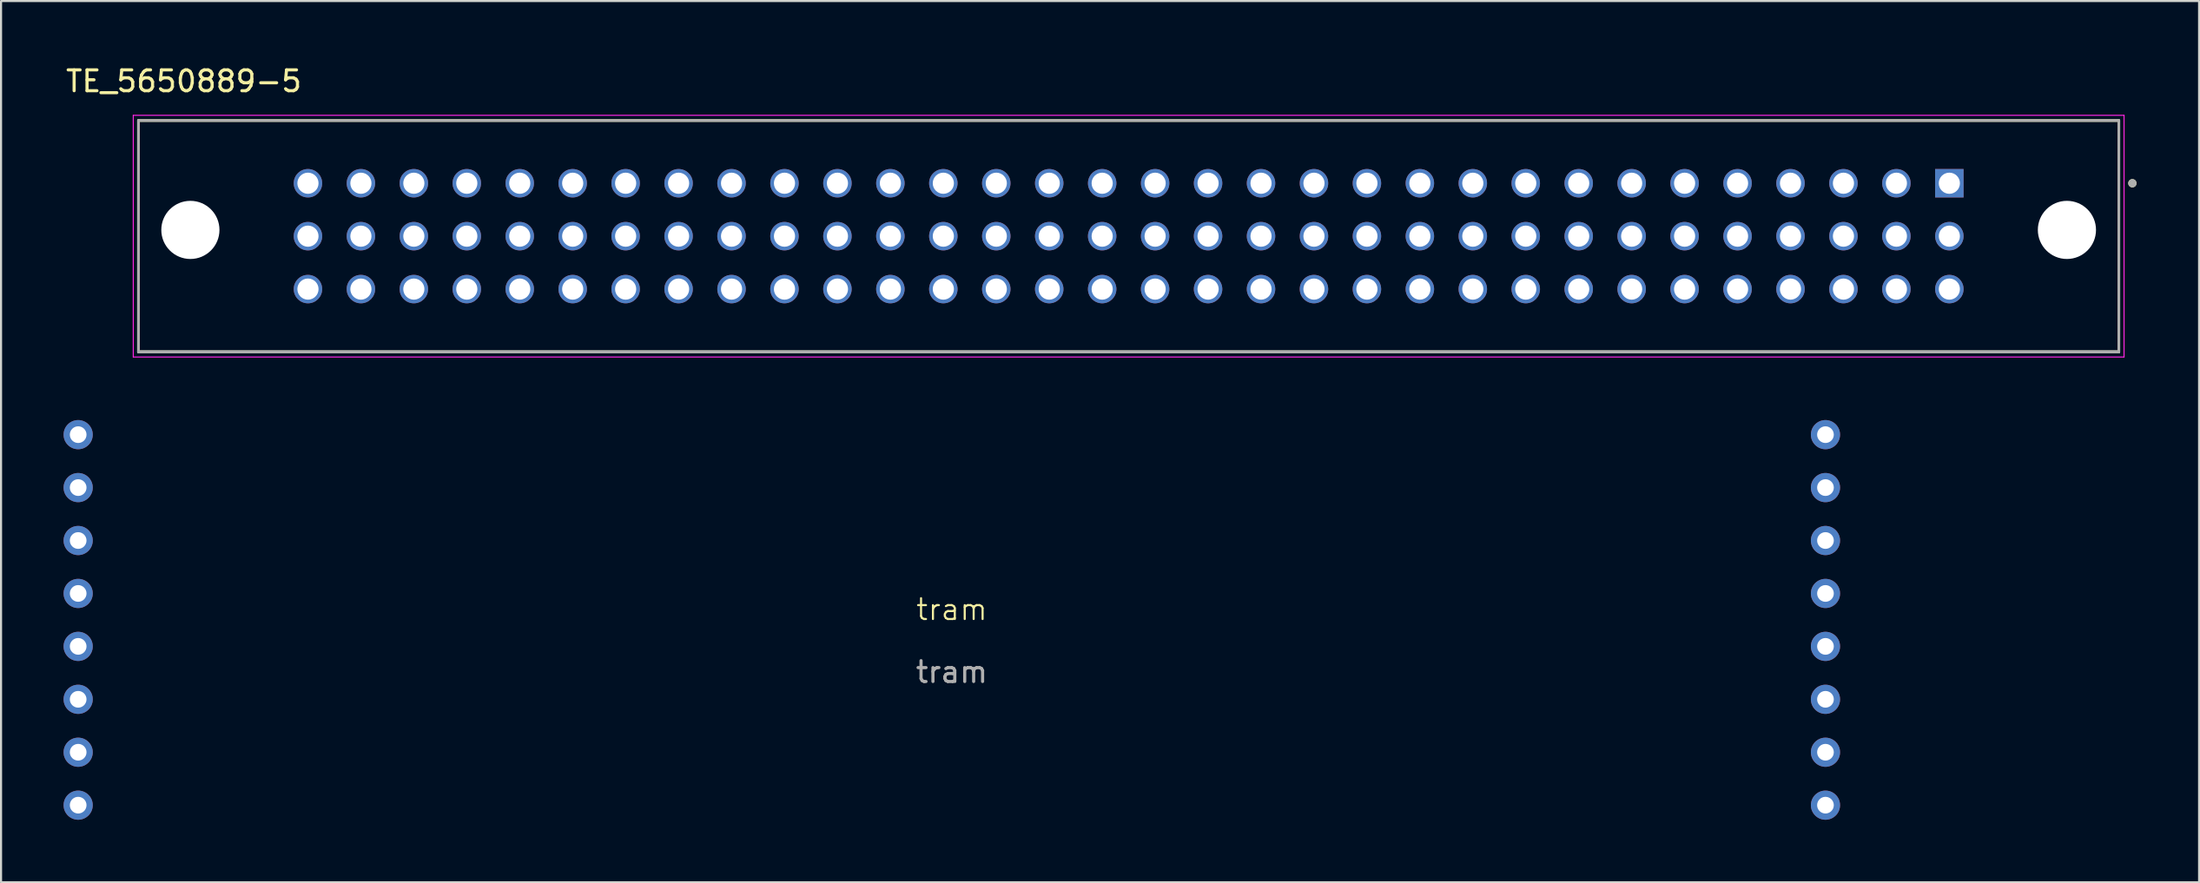
<source format=kicad_pcb>
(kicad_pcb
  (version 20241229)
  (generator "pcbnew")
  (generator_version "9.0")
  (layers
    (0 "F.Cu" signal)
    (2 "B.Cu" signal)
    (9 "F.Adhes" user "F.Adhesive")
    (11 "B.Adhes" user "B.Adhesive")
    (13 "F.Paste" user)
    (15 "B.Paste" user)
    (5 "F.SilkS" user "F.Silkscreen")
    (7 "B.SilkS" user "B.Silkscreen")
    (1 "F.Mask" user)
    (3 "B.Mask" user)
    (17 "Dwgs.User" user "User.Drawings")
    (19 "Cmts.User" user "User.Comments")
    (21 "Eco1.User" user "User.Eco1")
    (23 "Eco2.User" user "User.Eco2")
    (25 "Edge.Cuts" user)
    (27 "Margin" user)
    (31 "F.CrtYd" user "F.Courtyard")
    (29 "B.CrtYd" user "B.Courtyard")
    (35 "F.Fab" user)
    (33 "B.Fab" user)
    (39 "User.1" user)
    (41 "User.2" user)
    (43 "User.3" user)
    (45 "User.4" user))
  (footprint "TE_5650889-5"
    (layer "F.Cu")
    (at 90.463 5.743)
    (property "Reference" "TE_5650889-5" (at -84.695 -4.895 0) (layer "F.SilkS") (effects (font (size 1 1) (thickness 0.15))))
    (attr through_hole)
    (fp_line (start -86.87 8.09) (end -86.87 -3.01) (stroke (width 0.127) (type solid)) (layer "F.SilkS"))
    (fp_line (start 8.13 -3.01) (end -86.87 -3.01) (stroke (width 0.127) (type solid)) (layer "F.SilkS"))
    (fp_line (start 8.13 -3.01) (end 8.13 8.09) (stroke (width 0.127) (type solid)) (layer "F.SilkS"))
    (fp_line (start 8.13 8.09) (end -86.87 8.09) (stroke (width 0.127) (type solid)) (layer "F.SilkS"))
    (fp_circle (center 8.78 0) (end 8.88 0) (stroke (width 0.2) (type solid)) (fill no) (layer "F.SilkS"))
    (fp_line (start -87.12 -3.26) (end 8.38 -3.26) (stroke (width 0.05) (type solid)) (layer "F.CrtYd"))
    (fp_line (start -87.12 8.34) (end -87.12 -3.26) (stroke (width 0.05) (type solid)) (layer "F.CrtYd"))
    (fp_line (start 8.38 -3.26) (end 8.38 8.34) (stroke (width 0.05) (type solid)) (layer "F.CrtYd"))
    (fp_line (start 8.38 8.34) (end -87.12 8.34) (stroke (width 0.05) (type solid)) (layer "F.CrtYd"))
    (fp_line (start -86.87 -3.01) (end 8.13 -3.01) (stroke (width 0.127) (type solid)) (layer "F.Fab"))
    (fp_line (start -86.87 8.09) (end -86.87 -3.01) (stroke (width 0.127) (type solid)) (layer "F.Fab"))
    (fp_line (start -86.87 8.09) (end -86.87 8.09) (stroke (width 0.127) (type solid)) (layer "F.Fab"))
    (fp_line (start -86.87 8.09) (end 8.13 8.09) (stroke (width 0.127) (type solid)) (layer "F.Fab"))
    (fp_line (start 8.13 -3.01) (end 8.13 8.09) (stroke (width 0.127) (type solid)) (layer "F.Fab"))
    (fp_line (start 8.13 8.09) (end -86.87 8.09) (stroke (width 0.127) (type solid)) (layer "F.Fab"))
    (fp_line (start 8.13 8.09) (end 8.13 8.09) (stroke (width 0.127) (type solid)) (layer "F.Fab"))
    (fp_circle (center 8.78 0) (end 8.88 0) (stroke (width 0.2) (type solid)) (fill no) (layer "F.Fab"))
    (pad "" np_thru_hole circle (at -84.38 2.24) (size 2.79 2.79) (drill 2.79) (layers "*.Cu" "*.Mask"))
    (pad "" np_thru_hole circle (at 5.64 2.24) (size 2.79 2.79) (drill 2.79) (layers "*.Cu" "*.Mask"))
    (pad "A1" thru_hole rect (at 0 0) (size 1.365 1.365) (drill 1.015) (layers "*.Cu" "*.Mask"))
    (pad "A2" thru_hole circle (at -2.54 0) (size 1.365 1.365) (drill 1.015) (layers "*.Cu" "*.Mask"))
    (pad "A3" thru_hole circle (at -5.08 0) (size 1.365 1.365) (drill 1.015) (layers "*.Cu" "*.Mask"))
    (pad "A4" thru_hole circle (at -7.62 0) (size 1.365 1.365) (drill 1.015) (layers "*.Cu" "*.Mask"))
    (pad "A5" thru_hole circle (at -10.16 0) (size 1.365 1.365) (drill 1.015) (layers "*.Cu" "*.Mask"))
    (pad "A6" thru_hole circle (at -12.7 0) (size 1.365 1.365) (drill 1.015) (layers "*.Cu" "*.Mask"))
    (pad "A7" thru_hole circle (at -15.24 0) (size 1.365 1.365) (drill 1.015) (layers "*.Cu" "*.Mask"))
    (pad "A8" thru_hole circle (at -17.78 0) (size 1.365 1.365) (drill 1.015) (layers "*.Cu" "*.Mask"))
    (pad "A9" thru_hole circle (at -20.32 0) (size 1.365 1.365) (drill 1.015) (layers "*.Cu" "*.Mask"))
    (pad "A10" thru_hole circle (at -22.86 0) (size 1.365 1.365) (drill 1.015) (layers "*.Cu" "*.Mask"))
    (pad "A11" thru_hole circle (at -25.4 0) (size 1.365 1.365) (drill 1.015) (layers "*.Cu" "*.Mask"))
    (pad "A12" thru_hole circle (at -27.94 0) (size 1.365 1.365) (drill 1.015) (layers "*.Cu" "*.Mask"))
    (pad "A13" thru_hole circle (at -30.48 0) (size 1.365 1.365) (drill 1.015) (layers "*.Cu" "*.Mask"))
    (pad "A14" thru_hole circle (at -33.02 0) (size 1.365 1.365) (drill 1.015) (layers "*.Cu" "*.Mask"))
    (pad "A15" thru_hole circle (at -35.56 0) (size 1.365 1.365) (drill 1.015) (layers "*.Cu" "*.Mask"))
    (pad "A16" thru_hole circle (at -38.1 0) (size 1.365 1.365) (drill 1.015) (layers "*.Cu" "*.Mask"))
    (pad "A17" thru_hole circle (at -40.64 0) (size 1.365 1.365) (drill 1.015) (layers "*.Cu" "*.Mask"))
    (pad "A18" thru_hole circle (at -43.18 0) (size 1.365 1.365) (drill 1.015) (layers "*.Cu" "*.Mask"))
    (pad "A19" thru_hole circle (at -45.72 0) (size 1.365 1.365) (drill 1.015) (layers "*.Cu" "*.Mask"))
    (pad "A20" thru_hole circle (at -48.26 0) (size 1.365 1.365) (drill 1.015) (layers "*.Cu" "*.Mask"))
    (pad "A21" thru_hole circle (at -50.8 0) (size 1.365 1.365) (drill 1.015) (layers "*.Cu" "*.Mask"))
    (pad "A22" thru_hole circle (at -53.34 0) (size 1.365 1.365) (drill 1.015) (layers "*.Cu" "*.Mask"))
    (pad "A23" thru_hole circle (at -55.88 0) (size 1.365 1.365) (drill 1.015) (layers "*.Cu" "*.Mask"))
    (pad "A24" thru_hole circle (at -58.42 0) (size 1.365 1.365) (drill 1.015) (layers "*.Cu" "*.Mask"))
    (pad "A25" thru_hole circle (at -60.96 0) (size 1.365 1.365) (drill 1.015) (layers "*.Cu" "*.Mask"))
    (pad "A26" thru_hole circle (at -63.5 0) (size 1.365 1.365) (drill 1.015) (layers "*.Cu" "*.Mask"))
    (pad "A27" thru_hole circle (at -66.04 0) (size 1.365 1.365) (drill 1.015) (layers "*.Cu" "*.Mask"))
    (pad "A28" thru_hole circle (at -68.58 0) (size 1.365 1.365) (drill 1.015) (layers "*.Cu" "*.Mask"))
    (pad "A29" thru_hole circle (at -71.12 0) (size 1.365 1.365) (drill 1.015) (layers "*.Cu" "*.Mask"))
    (pad "A30" thru_hole circle (at -73.66 0) (size 1.365 1.365) (drill 1.015) (layers "*.Cu" "*.Mask"))
    (pad "A31" thru_hole circle (at -76.2 0) (size 1.365 1.365) (drill 1.015) (layers "*.Cu" "*.Mask"))
    (pad "A32" thru_hole circle (at -78.74 0) (size 1.365 1.365) (drill 1.015) (layers "*.Cu" "*.Mask"))
    (pad "B1" thru_hole circle (at 0 2.54) (size 1.365 1.365) (drill 1.015) (layers "*.Cu" "*.Mask"))
    (pad "B2" thru_hole circle (at -2.54 2.54) (size 1.365 1.365) (drill 1.015) (layers "*.Cu" "*.Mask"))
    (pad "B3" thru_hole circle (at -5.08 2.54) (size 1.365 1.365) (drill 1.015) (layers "*.Cu" "*.Mask"))
    (pad "B4" thru_hole circle (at -7.62 2.54) (size 1.365 1.365) (drill 1.015) (layers "*.Cu" "*.Mask"))
    (pad "B5" thru_hole circle (at -10.16 2.54) (size 1.365 1.365) (drill 1.015) (layers "*.Cu" "*.Mask"))
    (pad "B6" thru_hole circle (at -12.7 2.54) (size 1.365 1.365) (drill 1.015) (layers "*.Cu" "*.Mask"))
    (pad "B7" thru_hole circle (at -15.24 2.54) (size 1.365 1.365) (drill 1.015) (layers "*.Cu" "*.Mask"))
    (pad "B8" thru_hole circle (at -17.78 2.54) (size 1.365 1.365) (drill 1.015) (layers "*.Cu" "*.Mask"))
    (pad "B9" thru_hole circle (at -20.32 2.54) (size 1.365 1.365) (drill 1.015) (layers "*.Cu" "*.Mask"))
    (pad "B10" thru_hole circle (at -22.86 2.54) (size 1.365 1.365) (drill 1.015) (layers "*.Cu" "*.Mask"))
    (pad "B11" thru_hole circle (at -25.4 2.54) (size 1.365 1.365) (drill 1.015) (layers "*.Cu" "*.Mask"))
    (pad "B12" thru_hole circle (at -27.94 2.54) (size 1.365 1.365) (drill 1.015) (layers "*.Cu" "*.Mask"))
    (pad "B13" thru_hole circle (at -30.48 2.54) (size 1.365 1.365) (drill 1.015) (layers "*.Cu" "*.Mask"))
    (pad "B14" thru_hole circle (at -33.02 2.54) (size 1.365 1.365) (drill 1.015) (layers "*.Cu" "*.Mask"))
    (pad "B15" thru_hole circle (at -35.56 2.54) (size 1.365 1.365) (drill 1.015) (layers "*.Cu" "*.Mask"))
    (pad "B16" thru_hole circle (at -38.1 2.54) (size 1.365 1.365) (drill 1.015) (layers "*.Cu" "*.Mask"))
    (pad "B17" thru_hole circle (at -40.64 2.54) (size 1.365 1.365) (drill 1.015) (layers "*.Cu" "*.Mask"))
    (pad "B18" thru_hole circle (at -43.18 2.54) (size 1.365 1.365) (drill 1.015) (layers "*.Cu" "*.Mask"))
    (pad "B19" thru_hole circle (at -45.72 2.54) (size 1.365 1.365) (drill 1.015) (layers "*.Cu" "*.Mask"))
    (pad "B20" thru_hole circle (at -48.26 2.54) (size 1.365 1.365) (drill 1.015) (layers "*.Cu" "*.Mask"))
    (pad "B21" thru_hole circle (at -50.8 2.54) (size 1.365 1.365) (drill 1.015) (layers "*.Cu" "*.Mask"))
    (pad "B22" thru_hole circle (at -53.34 2.54) (size 1.365 1.365) (drill 1.015) (layers "*.Cu" "*.Mask"))
    (pad "B23" thru_hole circle (at -55.88 2.54) (size 1.365 1.365) (drill 1.015) (layers "*.Cu" "*.Mask"))
    (pad "B24" thru_hole circle (at -58.42 2.54) (size 1.365 1.365) (drill 1.015) (layers "*.Cu" "*.Mask"))
    (pad "B25" thru_hole circle (at -60.96 2.54) (size 1.365 1.365) (drill 1.015) (layers "*.Cu" "*.Mask"))
    (pad "B26" thru_hole circle (at -63.5 2.54) (size 1.365 1.365) (drill 1.015) (layers "*.Cu" "*.Mask"))
    (pad "B27" thru_hole circle (at -66.04 2.54) (size 1.365 1.365) (drill 1.015) (layers "*.Cu" "*.Mask"))
    (pad "B28" thru_hole circle (at -68.58 2.54) (size 1.365 1.365) (drill 1.015) (layers "*.Cu" "*.Mask"))
    (pad "B29" thru_hole circle (at -71.12 2.54) (size 1.365 1.365) (drill 1.015) (layers "*.Cu" "*.Mask"))
    (pad "B30" thru_hole circle (at -73.66 2.54) (size 1.365 1.365) (drill 1.015) (layers "*.Cu" "*.Mask"))
    (pad "B31" thru_hole circle (at -76.2 2.54) (size 1.365 1.365) (drill 1.015) (layers "*.Cu" "*.Mask"))
    (pad "B32" thru_hole circle (at -78.74 2.54) (size 1.365 1.365) (drill 1.015) (layers "*.Cu" "*.Mask"))
    (pad "C1" thru_hole circle (at 0 5.08) (size 1.365 1.365) (drill 1.015) (layers "*.Cu" "*.Mask"))
    (pad "C2" thru_hole circle (at -2.54 5.08) (size 1.365 1.365) (drill 1.015) (layers "*.Cu" "*.Mask"))
    (pad "C3" thru_hole circle (at -5.08 5.08) (size 1.365 1.365) (drill 1.015) (layers "*.Cu" "*.Mask"))
    (pad "C4" thru_hole circle (at -7.62 5.08) (size 1.365 1.365) (drill 1.015) (layers "*.Cu" "*.Mask"))
    (pad "C5" thru_hole circle (at -10.16 5.08) (size 1.365 1.365) (drill 1.015) (layers "*.Cu" "*.Mask"))
    (pad "C6" thru_hole circle (at -12.7 5.08) (size 1.365 1.365) (drill 1.015) (layers "*.Cu" "*.Mask"))
    (pad "C7" thru_hole circle (at -15.24 5.08) (size 1.365 1.365) (drill 1.015) (layers "*.Cu" "*.Mask"))
    (pad "C8" thru_hole circle (at -17.78 5.08) (size 1.365 1.365) (drill 1.015) (layers "*.Cu" "*.Mask"))
    (pad "C9" thru_hole circle (at -20.32 5.08) (size 1.365 1.365) (drill 1.015) (layers "*.Cu" "*.Mask"))
    (pad "C10" thru_hole circle (at -22.86 5.08) (size 1.365 1.365) (drill 1.015) (layers "*.Cu" "*.Mask"))
    (pad "C11" thru_hole circle (at -25.4 5.08) (size 1.365 1.365) (drill 1.015) (layers "*.Cu" "*.Mask"))
    (pad "C12" thru_hole circle (at -27.94 5.08) (size 1.365 1.365) (drill 1.015) (layers "*.Cu" "*.Mask"))
    (pad "C13" thru_hole circle (at -30.48 5.08) (size 1.365 1.365) (drill 1.015) (layers "*.Cu" "*.Mask"))
    (pad "C14" thru_hole circle (at -33.02 5.08) (size 1.365 1.365) (drill 1.015) (layers "*.Cu" "*.Mask"))
    (pad "C15" thru_hole circle (at -35.56 5.08) (size 1.365 1.365) (drill 1.015) (layers "*.Cu" "*.Mask"))
    (pad "C16" thru_hole circle (at -38.1 5.08) (size 1.365 1.365) (drill 1.015) (layers "*.Cu" "*.Mask"))
    (pad "C17" thru_hole circle (at -40.64 5.08) (size 1.365 1.365) (drill 1.015) (layers "*.Cu" "*.Mask"))
    (pad "C18" thru_hole circle (at -43.18 5.08) (size 1.365 1.365) (drill 1.015) (layers "*.Cu" "*.Mask"))
    (pad "C19" thru_hole circle (at -45.72 5.08) (size 1.365 1.365) (drill 1.015) (layers "*.Cu" "*.Mask"))
    (pad "C20" thru_hole circle (at -48.26 5.08) (size 1.365 1.365) (drill 1.015) (layers "*.Cu" "*.Mask"))
    (pad "C21" thru_hole circle (at -50.8 5.08) (size 1.365 1.365) (drill 1.015) (layers "*.Cu" "*.Mask"))
    (pad "C22" thru_hole circle (at -53.34 5.08) (size 1.365 1.365) (drill 1.015) (layers "*.Cu" "*.Mask"))
    (pad "C23" thru_hole circle (at -55.88 5.08) (size 1.365 1.365) (drill 1.015) (layers "*.Cu" "*.Mask"))
    (pad "C24" thru_hole circle (at -58.42 5.08) (size 1.365 1.365) (drill 1.015) (layers "*.Cu" "*.Mask"))
    (pad "C25" thru_hole circle (at -60.96 5.08) (size 1.365 1.365) (drill 1.015) (layers "*.Cu" "*.Mask"))
    (pad "C26" thru_hole circle (at -63.5 5.08) (size 1.365 1.365) (drill 1.015) (layers "*.Cu" "*.Mask"))
    (pad "C27" thru_hole circle (at -66.04 5.08) (size 1.365 1.365) (drill 1.015) (layers "*.Cu" "*.Mask"))
    (pad "C28" thru_hole circle (at -68.58 5.08) (size 1.365 1.365) (drill 1.015) (layers "*.Cu" "*.Mask"))
    (pad "C29" thru_hole circle (at -71.12 5.08) (size 1.365 1.365) (drill 1.015) (layers "*.Cu" "*.Mask"))
    (pad "C30" thru_hole circle (at -73.66 5.08) (size 1.365 1.365) (drill 1.015) (layers "*.Cu" "*.Mask"))
    (pad "C31" thru_hole circle (at -76.2 5.08) (size 1.365 1.365) (drill 1.015) (layers "*.Cu" "*.Mask"))
    (pad "C32" thru_hole circle (at -78.74 5.08) (size 1.365 1.365) (drill 1.015) (layers "*.Cu" "*.Mask")))
  (footprint "tram"
    (layer "F.Cu")
    (at 42.61 26.698)
    (property "Reference" "tram" (at 0 -0.5 0) (unlocked yes) (layer "F.SilkS") (effects (font (size 1 1) (thickness 0.1))))
    (attr through_hole)
    (fp_text user "${REFERENCE}" (at 0 2.5 0) (unlocked yes) (layer "F.Fab") (effects (font (size 1 1) (thickness 0.15))))
    (pad "1" thru_hole circle (at -41.91 -8.89) (size 1.4 1.4) (drill 0.8) (layers "*.Cu" "*.Mask"))
    (pad "2" thru_hole circle (at -41.91 -6.35) (size 1.4 1.4) (drill 0.8) (layers "*.Cu" "*.Mask"))
    (pad "3" thru_hole circle (at -41.91 -3.81) (size 1.4 1.4) (drill 0.8) (layers "*.Cu" "*.Mask"))
    (pad "4" thru_hole circle (at -41.91 -1.27) (size 1.4 1.4) (drill 0.8) (layers "*.Cu" "*.Mask"))
    (pad "5" thru_hole circle (at -41.91 1.27) (size 1.4 1.4) (drill 0.8) (layers "*.Cu" "*.Mask"))
    (pad "6" thru_hole circle (at -41.91 3.81) (size 1.4 1.4) (drill 0.8) (layers "*.Cu" "*.Mask"))
    (pad "7" thru_hole circle (at -41.91 6.35) (size 1.4 1.4) (drill 0.8) (layers "*.Cu" "*.Mask"))
    (pad "8" thru_hole circle (at -41.91 8.89) (size 1.4 1.4) (drill 0.8) (layers "*.Cu" "*.Mask"))
    (pad "9" thru_hole circle (at 41.91 8.89) (size 1.4 1.4) (drill 0.8) (layers "*.Cu" "*.Mask"))
    (pad "10" thru_hole circle (at 41.91 6.35) (size 1.4 1.4) (drill 0.8) (layers "*.Cu" "*.Mask"))
    (pad "11" thru_hole circle (at 41.91 3.81) (size 1.4 1.4) (drill 0.8) (layers "*.Cu" "*.Mask"))
    (pad "12" thru_hole circle (at 41.91 1.27) (size 1.4 1.4) (drill 0.8) (layers "*.Cu" "*.Mask"))
    (pad "13" thru_hole circle (at 41.91 -1.27) (size 1.4 1.4) (drill 0.8) (layers "*.Cu" "*.Mask"))
    (pad "14" thru_hole circle (at 41.91 -3.81) (size 1.4 1.4) (drill 0.8) (layers "*.Cu" "*.Mask"))
    (pad "15" thru_hole circle (at 41.91 -6.35) (size 1.4 1.4) (drill 0.8) (layers "*.Cu" "*.Mask"))
    (pad "16" thru_hole circle (at 41.91 -8.89) (size 1.4 1.4) (drill 0.8) (layers "*.Cu" "*.Mask")))
  (gr_rect
    (start -3 -3)
    (end 102.443 39.288)
    (stroke (width 0.1) (type default))
    (fill no)
    (layer "Edge.Cuts")))
</source>
